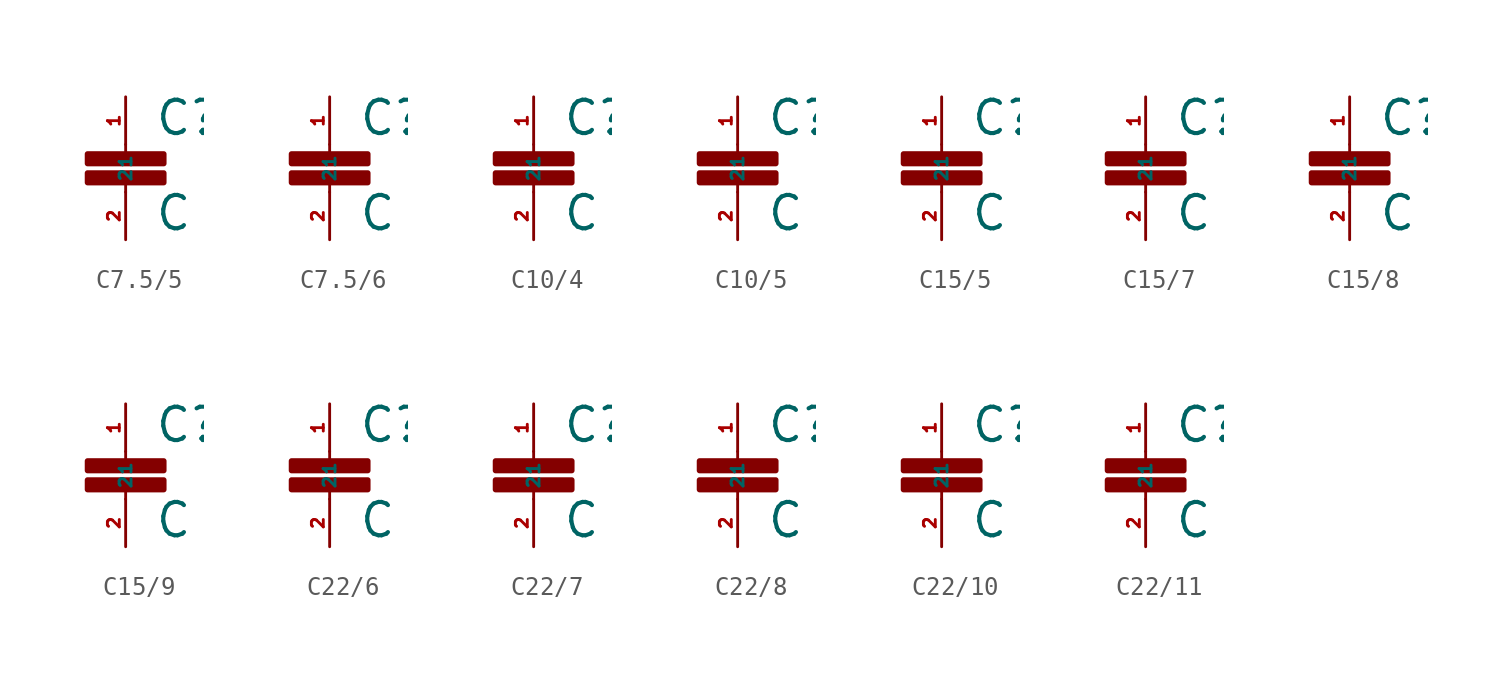
<source format=kicad_sym>
(kicad_symbol_lib
  (version 20220914)
  (generator Eagle2Kicad)
  (symbol "C7.5/5"
    (property "Reference" "C"
      (at 1.524 0.381 0)
      (effects (font (size 1.778 1.778) (thickness 0.22)) (justify left bottom)))
    (property "Value" "C"
      (at 1.524 -4.699 0)
      (effects (font (size 1.778 1.778) (thickness 0.22)) (justify left bottom)))
    (polyline
      (pts (xy 0 -2.54) (xy 0 -2.032))
      (stroke (width 0.152) (type default))
      (fill (type none)))
    (polyline
      (pts (xy 0 0) (xy 0 -0.508))
      (stroke (width 0.152) (type default))
      (fill (type none)))
    (rectangle
      (start -2.032 -1.016)
      (end 2.032 -0.508)
      (stroke (width 0.3) (type default))
      (fill (type outline)))
    (rectangle
      (start -2.032 -2.032)
      (end 2.032 -1.524)
      (stroke (width 0.3) (type default))
      (fill (type outline)))
    (pin passive line
      (at 0 2.54 270)
      (length 2.54)
      (name "1" (effects (font (size 0.635 0.635) (thickness 0.08)) (justify left bottom)))
      (number "1" (effects (font (size 0.635 0.635) (thickness 0.08)) (justify left bottom))))
    (pin passive line
      (at 0 -5.08 90)
      (length 2.54)
      (name "2" (effects (font (size 0.635 0.635) (thickness 0.08)) (justify left bottom)))
      (number "2" (effects (font (size 0.635 0.635) (thickness 0.08)) (justify left bottom)))))
  (symbol "C7.5/6"
    (property "Reference" "C"
      (at 1.524 0.381 0)
      (effects (font (size 1.778 1.778) (thickness 0.22)) (justify left bottom)))
    (property "Value" "C"
      (at 1.524 -4.699 0)
      (effects (font (size 1.778 1.778) (thickness 0.22)) (justify left bottom)))
    (polyline
      (pts (xy 0 -2.54) (xy 0 -2.032))
      (stroke (width 0.152) (type default))
      (fill (type none)))
    (polyline
      (pts (xy 0 0) (xy 0 -0.508))
      (stroke (width 0.152) (type default))
      (fill (type none)))
    (rectangle
      (start -2.032 -1.016)
      (end 2.032 -0.508)
      (stroke (width 0.3) (type default))
      (fill (type outline)))
    (rectangle
      (start -2.032 -2.032)
      (end 2.032 -1.524)
      (stroke (width 0.3) (type default))
      (fill (type outline)))
    (pin passive line
      (at 0 2.54 270)
      (length 2.54)
      (name "1" (effects (font (size 0.635 0.635) (thickness 0.08)) (justify left bottom)))
      (number "1" (effects (font (size 0.635 0.635) (thickness 0.08)) (justify left bottom))))
    (pin passive line
      (at 0 -5.08 90)
      (length 2.54)
      (name "2" (effects (font (size 0.635 0.635) (thickness 0.08)) (justify left bottom)))
      (number "2" (effects (font (size 0.635 0.635) (thickness 0.08)) (justify left bottom)))))
  (symbol "C10/4"
    (property "Reference" "C"
      (at 1.524 0.381 0)
      (effects (font (size 1.778 1.778) (thickness 0.22)) (justify left bottom)))
    (property "Value" "C"
      (at 1.524 -4.699 0)
      (effects (font (size 1.778 1.778) (thickness 0.22)) (justify left bottom)))
    (polyline
      (pts (xy 0 -2.54) (xy 0 -2.032))
      (stroke (width 0.152) (type default))
      (fill (type none)))
    (polyline
      (pts (xy 0 0) (xy 0 -0.508))
      (stroke (width 0.152) (type default))
      (fill (type none)))
    (rectangle
      (start -2.032 -1.016)
      (end 2.032 -0.508)
      (stroke (width 0.3) (type default))
      (fill (type outline)))
    (rectangle
      (start -2.032 -2.032)
      (end 2.032 -1.524)
      (stroke (width 0.3) (type default))
      (fill (type outline)))
    (pin passive line
      (at 0 2.54 270)
      (length 2.54)
      (name "1" (effects (font (size 0.635 0.635) (thickness 0.08)) (justify left bottom)))
      (number "1" (effects (font (size 0.635 0.635) (thickness 0.08)) (justify left bottom))))
    (pin passive line
      (at 0 -5.08 90)
      (length 2.54)
      (name "2" (effects (font (size 0.635 0.635) (thickness 0.08)) (justify left bottom)))
      (number "2" (effects (font (size 0.635 0.635) (thickness 0.08)) (justify left bottom)))))
  (symbol "C10/5"
    (property "Reference" "C"
      (at 1.524 0.381 0)
      (effects (font (size 1.778 1.778) (thickness 0.22)) (justify left bottom)))
    (property "Value" "C"
      (at 1.524 -4.699 0)
      (effects (font (size 1.778 1.778) (thickness 0.22)) (justify left bottom)))
    (polyline
      (pts (xy 0 -2.54) (xy 0 -2.032))
      (stroke (width 0.152) (type default))
      (fill (type none)))
    (polyline
      (pts (xy 0 0) (xy 0 -0.508))
      (stroke (width 0.152) (type default))
      (fill (type none)))
    (rectangle
      (start -2.032 -1.016)
      (end 2.032 -0.508)
      (stroke (width 0.3) (type default))
      (fill (type outline)))
    (rectangle
      (start -2.032 -2.032)
      (end 2.032 -1.524)
      (stroke (width 0.3) (type default))
      (fill (type outline)))
    (pin passive line
      (at 0 2.54 270)
      (length 2.54)
      (name "1" (effects (font (size 0.635 0.635) (thickness 0.08)) (justify left bottom)))
      (number "1" (effects (font (size 0.635 0.635) (thickness 0.08)) (justify left bottom))))
    (pin passive line
      (at 0 -5.08 90)
      (length 2.54)
      (name "2" (effects (font (size 0.635 0.635) (thickness 0.08)) (justify left bottom)))
      (number "2" (effects (font (size 0.635 0.635) (thickness 0.08)) (justify left bottom)))))
  (symbol "C15/5"
    (property "Reference" "C"
      (at 1.524 0.381 0)
      (effects (font (size 1.778 1.778) (thickness 0.22)) (justify left bottom)))
    (property "Value" "C"
      (at 1.524 -4.699 0)
      (effects (font (size 1.778 1.778) (thickness 0.22)) (justify left bottom)))
    (polyline
      (pts (xy 0 -2.54) (xy 0 -2.032))
      (stroke (width 0.152) (type default))
      (fill (type none)))
    (polyline
      (pts (xy 0 0) (xy 0 -0.508))
      (stroke (width 0.152) (type default))
      (fill (type none)))
    (rectangle
      (start -2.032 -1.016)
      (end 2.032 -0.508)
      (stroke (width 0.3) (type default))
      (fill (type outline)))
    (rectangle
      (start -2.032 -2.032)
      (end 2.032 -1.524)
      (stroke (width 0.3) (type default))
      (fill (type outline)))
    (pin passive line
      (at 0 2.54 270)
      (length 2.54)
      (name "1" (effects (font (size 0.635 0.635) (thickness 0.08)) (justify left bottom)))
      (number "1" (effects (font (size 0.635 0.635) (thickness 0.08)) (justify left bottom))))
    (pin passive line
      (at 0 -5.08 90)
      (length 2.54)
      (name "2" (effects (font (size 0.635 0.635) (thickness 0.08)) (justify left bottom)))
      (number "2" (effects (font (size 0.635 0.635) (thickness 0.08)) (justify left bottom)))))
  (symbol "C15/7"
    (property "Reference" "C"
      (at 1.524 0.381 0)
      (effects (font (size 1.778 1.778) (thickness 0.22)) (justify left bottom)))
    (property "Value" "C"
      (at 1.524 -4.699 0)
      (effects (font (size 1.778 1.778) (thickness 0.22)) (justify left bottom)))
    (polyline
      (pts (xy 0 -2.54) (xy 0 -2.032))
      (stroke (width 0.152) (type default))
      (fill (type none)))
    (polyline
      (pts (xy 0 0) (xy 0 -0.508))
      (stroke (width 0.152) (type default))
      (fill (type none)))
    (rectangle
      (start -2.032 -1.016)
      (end 2.032 -0.508)
      (stroke (width 0.3) (type default))
      (fill (type outline)))
    (rectangle
      (start -2.032 -2.032)
      (end 2.032 -1.524)
      (stroke (width 0.3) (type default))
      (fill (type outline)))
    (pin passive line
      (at 0 2.54 270)
      (length 2.54)
      (name "1" (effects (font (size 0.635 0.635) (thickness 0.08)) (justify left bottom)))
      (number "1" (effects (font (size 0.635 0.635) (thickness 0.08)) (justify left bottom))))
    (pin passive line
      (at 0 -5.08 90)
      (length 2.54)
      (name "2" (effects (font (size 0.635 0.635) (thickness 0.08)) (justify left bottom)))
      (number "2" (effects (font (size 0.635 0.635) (thickness 0.08)) (justify left bottom)))))
  (symbol "C15/8"
    (property "Reference" "C"
      (at 1.524 0.381 0)
      (effects (font (size 1.778 1.778) (thickness 0.22)) (justify left bottom)))
    (property "Value" "C"
      (at 1.524 -4.699 0)
      (effects (font (size 1.778 1.778) (thickness 0.22)) (justify left bottom)))
    (polyline
      (pts (xy 0 -2.54) (xy 0 -2.032))
      (stroke (width 0.152) (type default))
      (fill (type none)))
    (polyline
      (pts (xy 0 0) (xy 0 -0.508))
      (stroke (width 0.152) (type default))
      (fill (type none)))
    (rectangle
      (start -2.032 -1.016)
      (end 2.032 -0.508)
      (stroke (width 0.3) (type default))
      (fill (type outline)))
    (rectangle
      (start -2.032 -2.032)
      (end 2.032 -1.524)
      (stroke (width 0.3) (type default))
      (fill (type outline)))
    (pin passive line
      (at 0 2.54 270)
      (length 2.54)
      (name "1" (effects (font (size 0.635 0.635) (thickness 0.08)) (justify left bottom)))
      (number "1" (effects (font (size 0.635 0.635) (thickness 0.08)) (justify left bottom))))
    (pin passive line
      (at 0 -5.08 90)
      (length 2.54)
      (name "2" (effects (font (size 0.635 0.635) (thickness 0.08)) (justify left bottom)))
      (number "2" (effects (font (size 0.635 0.635) (thickness 0.08)) (justify left bottom)))))
  (symbol "C15/9"
    (property "Reference" "C"
      (at 1.524 0.381 0)
      (effects (font (size 1.778 1.778) (thickness 0.22)) (justify left bottom)))
    (property "Value" "C"
      (at 1.524 -4.699 0)
      (effects (font (size 1.778 1.778) (thickness 0.22)) (justify left bottom)))
    (polyline
      (pts (xy 0 -2.54) (xy 0 -2.032))
      (stroke (width 0.152) (type default))
      (fill (type none)))
    (polyline
      (pts (xy 0 0) (xy 0 -0.508))
      (stroke (width 0.152) (type default))
      (fill (type none)))
    (rectangle
      (start -2.032 -1.016)
      (end 2.032 -0.508)
      (stroke (width 0.3) (type default))
      (fill (type outline)))
    (rectangle
      (start -2.032 -2.032)
      (end 2.032 -1.524)
      (stroke (width 0.3) (type default))
      (fill (type outline)))
    (pin passive line
      (at 0 2.54 270)
      (length 2.54)
      (name "1" (effects (font (size 0.635 0.635) (thickness 0.08)) (justify left bottom)))
      (number "1" (effects (font (size 0.635 0.635) (thickness 0.08)) (justify left bottom))))
    (pin passive line
      (at 0 -5.08 90)
      (length 2.54)
      (name "2" (effects (font (size 0.635 0.635) (thickness 0.08)) (justify left bottom)))
      (number "2" (effects (font (size 0.635 0.635) (thickness 0.08)) (justify left bottom)))))
  (symbol "C22/6"
    (property "Reference" "C"
      (at 1.524 0.381 0)
      (effects (font (size 1.778 1.778) (thickness 0.22)) (justify left bottom)))
    (property "Value" "C"
      (at 1.524 -4.699 0)
      (effects (font (size 1.778 1.778) (thickness 0.22)) (justify left bottom)))
    (polyline
      (pts (xy 0 -2.54) (xy 0 -2.032))
      (stroke (width 0.152) (type default))
      (fill (type none)))
    (polyline
      (pts (xy 0 0) (xy 0 -0.508))
      (stroke (width 0.152) (type default))
      (fill (type none)))
    (rectangle
      (start -2.032 -1.016)
      (end 2.032 -0.508)
      (stroke (width 0.3) (type default))
      (fill (type outline)))
    (rectangle
      (start -2.032 -2.032)
      (end 2.032 -1.524)
      (stroke (width 0.3) (type default))
      (fill (type outline)))
    (pin passive line
      (at 0 2.54 270)
      (length 2.54)
      (name "1" (effects (font (size 0.635 0.635) (thickness 0.08)) (justify left bottom)))
      (number "1" (effects (font (size 0.635 0.635) (thickness 0.08)) (justify left bottom))))
    (pin passive line
      (at 0 -5.08 90)
      (length 2.54)
      (name "2" (effects (font (size 0.635 0.635) (thickness 0.08)) (justify left bottom)))
      (number "2" (effects (font (size 0.635 0.635) (thickness 0.08)) (justify left bottom)))))
  (symbol "C22/7"
    (property "Reference" "C"
      (at 1.524 0.381 0)
      (effects (font (size 1.778 1.778) (thickness 0.22)) (justify left bottom)))
    (property "Value" "C"
      (at 1.524 -4.699 0)
      (effects (font (size 1.778 1.778) (thickness 0.22)) (justify left bottom)))
    (polyline
      (pts (xy 0 -2.54) (xy 0 -2.032))
      (stroke (width 0.152) (type default))
      (fill (type none)))
    (polyline
      (pts (xy 0 0) (xy 0 -0.508))
      (stroke (width 0.152) (type default))
      (fill (type none)))
    (rectangle
      (start -2.032 -1.016)
      (end 2.032 -0.508)
      (stroke (width 0.3) (type default))
      (fill (type outline)))
    (rectangle
      (start -2.032 -2.032)
      (end 2.032 -1.524)
      (stroke (width 0.3) (type default))
      (fill (type outline)))
    (pin passive line
      (at 0 2.54 270)
      (length 2.54)
      (name "1" (effects (font (size 0.635 0.635) (thickness 0.08)) (justify left bottom)))
      (number "1" (effects (font (size 0.635 0.635) (thickness 0.08)) (justify left bottom))))
    (pin passive line
      (at 0 -5.08 90)
      (length 2.54)
      (name "2" (effects (font (size 0.635 0.635) (thickness 0.08)) (justify left bottom)))
      (number "2" (effects (font (size 0.635 0.635) (thickness 0.08)) (justify left bottom)))))
  (symbol "C22/8"
    (property "Reference" "C"
      (at 1.524 0.381 0)
      (effects (font (size 1.778 1.778) (thickness 0.22)) (justify left bottom)))
    (property "Value" "C"
      (at 1.524 -4.699 0)
      (effects (font (size 1.778 1.778) (thickness 0.22)) (justify left bottom)))
    (polyline
      (pts (xy 0 -2.54) (xy 0 -2.032))
      (stroke (width 0.152) (type default))
      (fill (type none)))
    (polyline
      (pts (xy 0 0) (xy 0 -0.508))
      (stroke (width 0.152) (type default))
      (fill (type none)))
    (rectangle
      (start -2.032 -1.016)
      (end 2.032 -0.508)
      (stroke (width 0.3) (type default))
      (fill (type outline)))
    (rectangle
      (start -2.032 -2.032)
      (end 2.032 -1.524)
      (stroke (width 0.3) (type default))
      (fill (type outline)))
    (pin passive line
      (at 0 2.54 270)
      (length 2.54)
      (name "1" (effects (font (size 0.635 0.635) (thickness 0.08)) (justify left bottom)))
      (number "1" (effects (font (size 0.635 0.635) (thickness 0.08)) (justify left bottom))))
    (pin passive line
      (at 0 -5.08 90)
      (length 2.54)
      (name "2" (effects (font (size 0.635 0.635) (thickness 0.08)) (justify left bottom)))
      (number "2" (effects (font (size 0.635 0.635) (thickness 0.08)) (justify left bottom)))))
  (symbol "C22/10"
    (property "Reference" "C"
      (at 1.524 0.381 0)
      (effects (font (size 1.778 1.778) (thickness 0.22)) (justify left bottom)))
    (property "Value" "C"
      (at 1.524 -4.699 0)
      (effects (font (size 1.778 1.778) (thickness 0.22)) (justify left bottom)))
    (polyline
      (pts (xy 0 -2.54) (xy 0 -2.032))
      (stroke (width 0.152) (type default))
      (fill (type none)))
    (polyline
      (pts (xy 0 0) (xy 0 -0.508))
      (stroke (width 0.152) (type default))
      (fill (type none)))
    (rectangle
      (start -2.032 -1.016)
      (end 2.032 -0.508)
      (stroke (width 0.3) (type default))
      (fill (type outline)))
    (rectangle
      (start -2.032 -2.032)
      (end 2.032 -1.524)
      (stroke (width 0.3) (type default))
      (fill (type outline)))
    (pin passive line
      (at 0 2.54 270)
      (length 2.54)
      (name "1" (effects (font (size 0.635 0.635) (thickness 0.08)) (justify left bottom)))
      (number "1" (effects (font (size 0.635 0.635) (thickness 0.08)) (justify left bottom))))
    (pin passive line
      (at 0 -5.08 90)
      (length 2.54)
      (name "2" (effects (font (size 0.635 0.635) (thickness 0.08)) (justify left bottom)))
      (number "2" (effects (font (size 0.635 0.635) (thickness 0.08)) (justify left bottom)))))
  (symbol "C22/11"
    (property "Reference" "C"
      (at 1.524 0.381 0)
      (effects (font (size 1.778 1.778) (thickness 0.22)) (justify left bottom)))
    (property "Value" "C"
      (at 1.524 -4.699 0)
      (effects (font (size 1.778 1.778) (thickness 0.22)) (justify left bottom)))
    (polyline
      (pts (xy 0 -2.54) (xy 0 -2.032))
      (stroke (width 0.152) (type default))
      (fill (type none)))
    (polyline
      (pts (xy 0 0) (xy 0 -0.508))
      (stroke (width 0.152) (type default))
      (fill (type none)))
    (rectangle
      (start -2.032 -1.016)
      (end 2.032 -0.508)
      (stroke (width 0.3) (type default))
      (fill (type outline)))
    (rectangle
      (start -2.032 -2.032)
      (end 2.032 -1.524)
      (stroke (width 0.3) (type default))
      (fill (type outline)))
    (pin passive line
      (at 0 2.54 270)
      (length 2.54)
      (name "1" (effects (font (size 0.635 0.635) (thickness 0.08)) (justify left bottom)))
      (number "1" (effects (font (size 0.635 0.635) (thickness 0.08)) (justify left bottom))))
    (pin passive line
      (at 0 -5.08 90)
      (length 2.54)
      (name "2" (effects (font (size 0.635 0.635) (thickness 0.08)) (justify left bottom)))
      (number "2" (effects (font (size 0.635 0.635) (thickness 0.08)) (justify left bottom))))))
</source>
